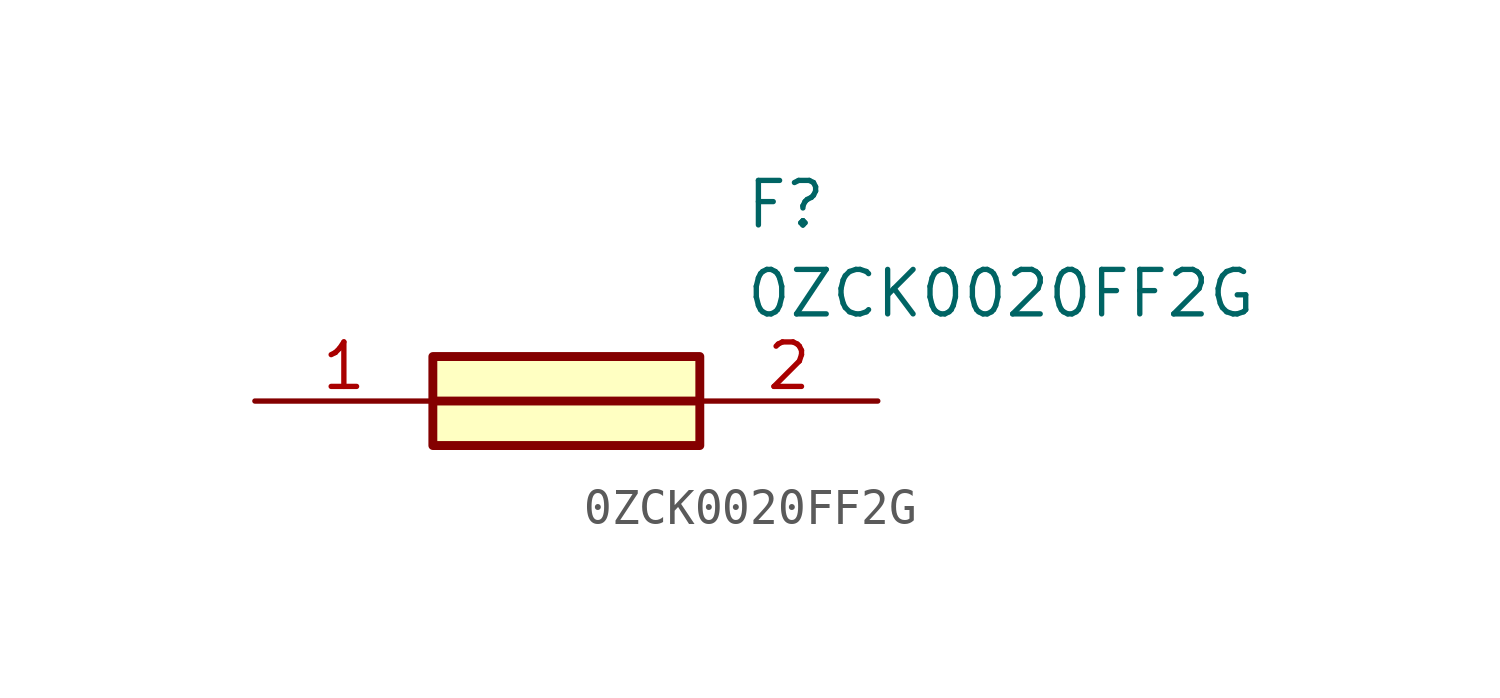
<source format=kicad_sym>
(kicad_symbol_lib
  (version 20211014)
  (generator SamacSys_ECAD_Model)
  (symbol "0ZCK0020FF2G"
    (pin_names hide)
    (property "Reference" "F"
      (at 13.97 6.35 0)
      (effects (font (size 1.27 1.27)) (justify left top)))
    (property "Value" "0ZCK0020FF2G"
      (at 13.97 3.81 0)
      (effects (font (size 1.27 1.27)) (justify left top)))
    (rectangle
      (start 5.08 1.27)
      (end 12.7 -1.27)
      (stroke (width 0.254) (type default))
      (fill (type background)))
    (polyline
      (pts (xy 5.08 0) (xy 12.7 0))
      (stroke (width 0.254) (type default))
      (fill (type none)))
    (pin passive line
      (at 0 0 0)
      (length 5.08)
      (name "1" (effects (font (size 1.27 1.27))))
      (number "1" (effects (font (size 1.27 1.27)))))
    (pin passive line
      (at 17.78 0 180)
      (length 5.08)
      (name "2" (effects (font (size 1.27 1.27))))
      (number "2" (effects (font (size 1.27 1.27)))))))
</source>
